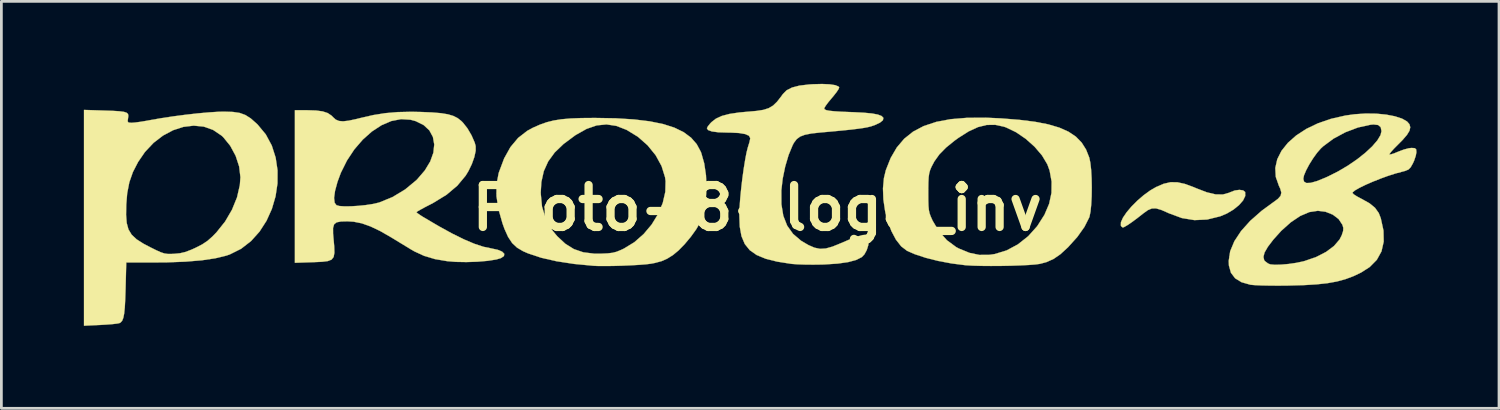
<source format=kicad_pcb>
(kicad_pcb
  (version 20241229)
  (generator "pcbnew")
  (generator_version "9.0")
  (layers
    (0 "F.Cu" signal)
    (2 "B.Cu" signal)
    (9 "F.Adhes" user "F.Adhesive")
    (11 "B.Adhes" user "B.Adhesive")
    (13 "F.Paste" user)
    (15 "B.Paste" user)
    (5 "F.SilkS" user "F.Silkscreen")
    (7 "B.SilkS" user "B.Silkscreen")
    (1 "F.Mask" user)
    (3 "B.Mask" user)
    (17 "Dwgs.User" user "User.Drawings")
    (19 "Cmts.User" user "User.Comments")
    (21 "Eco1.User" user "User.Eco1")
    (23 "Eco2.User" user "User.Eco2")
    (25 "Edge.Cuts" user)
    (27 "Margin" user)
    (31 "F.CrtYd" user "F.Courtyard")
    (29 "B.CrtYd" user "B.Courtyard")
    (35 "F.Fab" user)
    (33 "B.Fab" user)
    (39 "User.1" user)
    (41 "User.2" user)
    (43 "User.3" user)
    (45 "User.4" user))
  (footprint "Proto-8-logo_inv"
    (layer "F.Cu")
    (at 24.491 4.515)
    (property "Reference" "Proto-8-logo_inv" (at 0 0 0) (layer "F.SilkS") (effects (font (size 1.524 1.524) (thickness 0.3))))
    (attr through_hole)
    (fp_poly (pts (xy 15.28 -0.936) (xy 15.555 -0.876) (xy 15.881 -0.756) (xy 15.977 -0.715) (xy 16.355 -0.57) (xy 16.672 -0.495) (xy 16.939 -0.491) (xy 17.167 -0.555) (xy 17.206 -0.574) (xy 17.372 -0.637) (xy 17.538 -0.659) (xy 17.674 -0.641) (xy 17.748 -0.582) (xy 17.749 -0.58) (xy 17.752 -0.438) (xy 17.674 -0.276) (xy 17.527 -0.107) (xy 17.327 0.056) (xy 17.087 0.199) (xy 16.84 0.303) (xy 16.365 0.42) (xy 15.904 0.441) (xy 15.446 0.366) (xy 14.977 0.193) (xy 14.943 0.177) (xy 14.696 0.069) (xy 14.51 0.015) (xy 14.357 0.017) (xy 14.212 0.077) (xy 14.048 0.194) (xy 14.02 0.216) (xy 13.822 0.372) (xy 13.631 0.513) (xy 13.466 0.625) (xy 13.346 0.694) (xy 13.298 0.711) (xy 13.245 0.671) (xy 13.227 0.637) (xy 13.231 0.516) (xy 13.305 0.351) (xy 13.438 0.156) (xy 13.616 -0.054) (xy 13.827 -0.266) (xy 14.059 -0.466) (xy 14.297 -0.639) (xy 14.513 -0.764) (xy 14.783 -0.88) (xy 15.031 -0.937) (xy 15.28 -0.936)) (stroke (width 0.01) (type solid)) (fill yes) (layer "F.SilkS"))
    (fp_poly (pts (xy -5.893 -3.275) (xy -5.14 -3.262) (xy -4.48 -3.221) (xy -3.909 -3.152) (xy -3.421 -3.053) (xy -3.012 -2.922) (xy -2.675 -2.758) (xy -2.406 -2.558) (xy -2.2 -2.322) (xy -2.052 -2.047) (xy -2.034 -2.002) (xy -1.926 -1.619) (xy -1.862 -1.187) (xy -1.843 -0.735) (xy -1.869 -0.29) (xy -1.938 0.122) (xy -2.051 0.474) (xy -2.074 0.525) (xy -2.216 0.772) (xy -2.411 1.043) (xy -2.634 1.311) (xy -2.862 1.545) (xy -3.056 1.706) (xy -3.269 1.841) (xy -3.476 1.933) (xy -3.721 1.999) (xy -3.868 2.027) (xy -4.039 2.048) (xy -4.288 2.068) (xy -4.588 2.085) (xy -4.915 2.099) (xy -5.243 2.108) (xy -5.548 2.111) (xy -5.805 2.109) (xy -5.944 2.103) (xy -6.658 2.035) (xy -7.299 1.937) (xy -7.859 1.809) (xy -8.331 1.652) (xy -8.515 1.572) (xy -8.735 1.442) (xy -8.912 1.276) (xy -9.06 1.053) (xy -9.193 0.758) (xy -9.264 0.559) (xy -9.412 0.037) (xy -9.483 -0.432) (xy -9.483 -0.542) (xy -7.874 -0.542) (xy -7.827 -0.052) (xy -7.689 0.397) (xy -7.46 0.802) (xy -7.274 1.027) (xy -6.975 1.304) (xy -6.666 1.496) (xy -6.325 1.612) (xy -5.93 1.661) (xy -5.686 1.662) (xy -5.442 1.651) (xy -5.262 1.63) (xy -5.11 1.591) (xy -4.949 1.524) (xy -4.847 1.476) (xy -4.469 1.245) (xy -4.13 0.948) (xy -3.838 0.601) (xy -3.604 0.219) (xy -3.435 -0.182) (xy -3.342 -0.586) (xy -3.332 -0.978) (xy -3.351 -1.118) (xy -3.478 -1.526) (xy -3.693 -1.918) (xy -3.985 -2.278) (xy -4.339 -2.59) (xy -4.745 -2.839) (xy -4.751 -2.842) (xy -5.122 -2.986) (xy -5.481 -3.04) (xy -5.838 -3.004) (xy -6.206 -2.877) (xy -6.599 -2.656) (xy -6.627 -2.637) (xy -7.043 -2.328) (xy -7.366 -2.018) (xy -7.603 -1.692) (xy -7.762 -1.339) (xy -7.85 -0.945) (xy -7.874 -0.542) (xy -9.483 -0.542) (xy -9.481 -0.859) (xy -9.405 -1.26) (xy -9.392 -1.303) (xy -9.204 -1.803) (xy -8.974 -2.216) (xy -8.696 -2.548) (xy -8.366 -2.805) (xy -8.157 -2.919) (xy -7.903 -3.031) (xy -7.658 -3.118) (xy -7.402 -3.182) (xy -7.119 -3.227) (xy -6.789 -3.256) (xy -6.395 -3.271) (xy -5.919 -3.275) (xy -5.893 -3.275)) (stroke (width 0.01) (type solid)) (fill yes) (layer "F.SilkS"))
    (fp_poly (pts (xy -23.762 -3.544) (xy -23.435 -3.533) (xy -23.197 -3.518) (xy -23.034 -3.497) (xy -22.935 -3.465) (xy -22.885 -3.419) (xy -22.873 -3.354) (xy -22.883 -3.27) (xy -22.898 -3.155) (xy -22.867 -3.108) (xy -22.766 -3.099) (xy -22.748 -3.099) (xy -22.626 -3.109) (xy -22.436 -3.134) (xy -22.208 -3.172) (xy -22.073 -3.197) (xy -21.674 -3.267) (xy -21.237 -3.333) (xy -20.786 -3.392) (xy -20.344 -3.442) (xy -19.936 -3.478) (xy -19.587 -3.5) (xy -19.39 -3.504) (xy -19.07 -3.494) (xy -18.822 -3.457) (xy -18.616 -3.382) (xy -18.422 -3.259) (xy -18.212 -3.074) (xy -18.17 -3.034) (xy -17.874 -2.677) (xy -17.656 -2.272) (xy -17.515 -1.833) (xy -17.446 -1.37) (xy -17.448 -0.897) (xy -17.518 -0.425) (xy -17.652 0.033) (xy -17.847 0.465) (xy -18.101 0.859) (xy -18.41 1.203) (xy -18.772 1.484) (xy -19.185 1.69) (xy -19.308 1.732) (xy -19.707 1.829) (xy -20.202 1.903) (xy -20.79 1.952) (xy -21.469 1.978) (xy -21.866 1.981) (xy -22.949 1.981) (xy -22.973 2.934) (xy -22.986 3.322) (xy -23.002 3.62) (xy -23.025 3.841) (xy -23.056 3.997) (xy -23.097 4.1) (xy -23.152 4.163) (xy -23.199 4.188) (xy -23.285 4.205) (xy -23.448 4.224) (xy -23.665 4.241) (xy -23.889 4.254) (xy -24.486 4.282) (xy -24.486 0.25) (xy -22.955 0.25) (xy -22.932 0.547) (xy -22.868 0.781) (xy -22.752 0.972) (xy -22.575 1.138) (xy -22.326 1.297) (xy -22.081 1.426) (xy -21.853 1.539) (xy -21.689 1.612) (xy -21.56 1.654) (xy -21.441 1.671) (xy -21.303 1.671) (xy -21.209 1.667) (xy -20.993 1.646) (xy -20.797 1.6) (xy -20.58 1.517) (xy -20.43 1.449) (xy -20.188 1.325) (xy -19.995 1.197) (xy -19.812 1.035) (xy -19.668 0.887) (xy -19.355 0.495) (xy -19.103 0.064) (xy -18.92 -0.385) (xy -18.817 -0.833) (xy -18.796 -1.12) (xy -18.842 -1.507) (xy -18.97 -1.898) (xy -19.167 -2.263) (xy -19.419 -2.573) (xy -19.485 -2.634) (xy -19.792 -2.841) (xy -20.132 -2.96) (xy -20.496 -2.995) (xy -20.872 -2.95) (xy -21.248 -2.828) (xy -21.613 -2.633) (xy -21.958 -2.368) (xy -22.269 -2.037) (xy -22.518 -1.674) (xy -22.708 -1.305) (xy -22.837 -0.936) (xy -22.915 -0.534) (xy -22.948 -0.127) (xy -22.955 0.25) (xy -24.486 0.25) (xy -24.486 -3.567) (xy -23.762 -3.544)) (stroke (width 0.01) (type solid)) (fill yes) (layer "F.SilkS"))
    (fp_poly (pts (xy 8.877 -3.259) (xy 9.538 -3.206) (xy 10.107 -3.135) (xy 10.589 -3.041) (xy 10.992 -2.922) (xy 11.324 -2.774) (xy 11.591 -2.595) (xy 11.801 -2.38) (xy 11.961 -2.128) (xy 12.078 -1.834) (xy 12.079 -1.832) (xy 12.118 -1.644) (xy 12.147 -1.386) (xy 12.164 -1.081) (xy 12.17 -0.753) (xy 12.166 -0.426) (xy 12.15 -0.123) (xy 12.124 0.132) (xy 12.087 0.315) (xy 12.077 0.344) (xy 11.903 0.688) (xy 11.642 1.055) (xy 11.303 1.431) (xy 11.3 1.433) (xy 11.03 1.681) (xy 10.779 1.854) (xy 10.518 1.97) (xy 10.284 2.032) (xy 10.122 2.054) (xy 9.879 2.073) (xy 9.575 2.088) (xy 9.23 2.1) (xy 8.865 2.107) (xy 8.5 2.109) (xy 8.156 2.106) (xy 7.852 2.098) (xy 7.61 2.084) (xy 7.571 2.081) (xy 7.07 2.017) (xy 6.581 1.925) (xy 6.128 1.811) (xy 5.732 1.681) (xy 5.451 1.558) (xy 5.238 1.395) (xy 5.047 1.151) (xy 4.882 0.84) (xy 4.748 0.481) (xy 4.649 0.092) (xy 4.59 -0.311) (xy 4.581 -0.559) (xy 6.223 -0.559) (xy 6.224 -0.28) (xy 6.23 -0.077) (xy 6.244 0.072) (xy 6.27 0.193) (xy 6.313 0.311) (xy 6.375 0.449) (xy 6.385 0.469) (xy 6.614 0.852) (xy 6.903 1.175) (xy 7.238 1.422) (xy 7.335 1.474) (xy 7.721 1.632) (xy 8.083 1.707) (xy 8.451 1.704) (xy 8.642 1.675) (xy 9.074 1.543) (xy 9.485 1.322) (xy 9.859 1.025) (xy 10.185 0.662) (xy 10.449 0.247) (xy 10.619 -0.152) (xy 10.704 -0.547) (xy 10.709 -0.961) (xy 10.637 -1.36) (xy 10.553 -1.589) (xy 10.36 -1.912) (xy 10.089 -2.229) (xy 9.766 -2.517) (xy 9.412 -2.758) (xy 9.051 -2.931) (xy 8.971 -2.958) (xy 8.658 -3.025) (xy 8.349 -3.021) (xy 8.032 -2.943) (xy 7.691 -2.786) (xy 7.316 -2.548) (xy 7.186 -2.454) (xy 6.869 -2.197) (xy 6.628 -1.952) (xy 6.446 -1.698) (xy 6.336 -1.49) (xy 6.289 -1.376) (xy 6.257 -1.261) (xy 6.237 -1.121) (xy 6.227 -0.933) (xy 6.223 -0.675) (xy 6.223 -0.559) (xy 4.581 -0.559) (xy 4.575 -0.711) (xy 4.61 -1.089) (xy 4.679 -1.375) (xy 4.855 -1.818) (xy 5.076 -2.198) (xy 5.346 -2.517) (xy 5.671 -2.777) (xy 6.058 -2.981) (xy 6.51 -3.131) (xy 7.034 -3.23) (xy 7.636 -3.28) (xy 8.321 -3.284) (xy 8.877 -3.259)) (stroke (width 0.01) (type solid)) (fill yes) (layer "F.SilkS"))
    (fp_poly (pts (xy -16.37 -3.556) (xy -16.047 -3.546) (xy -15.804 -3.513) (xy -15.622 -3.453) (xy -15.483 -3.36) (xy -15.426 -3.302) (xy -15.329 -3.215) (xy -15.214 -3.166) (xy -15.064 -3.152) (xy -14.862 -3.175) (xy -14.589 -3.233) (xy -14.425 -3.274) (xy -13.968 -3.379) (xy -13.53 -3.449) (xy -13.078 -3.488) (xy -12.581 -3.499) (xy -12.223 -3.492) (xy -11.818 -3.475) (xy -11.498 -3.448) (xy -11.249 -3.407) (xy -11.054 -3.349) (xy -10.897 -3.27) (xy -10.763 -3.165) (xy -10.71 -3.113) (xy -10.542 -2.901) (xy -10.39 -2.642) (xy -10.276 -2.382) (xy -10.24 -2.254) (xy -10.239 -2.081) (xy -10.288 -1.853) (xy -10.379 -1.598) (xy -10.503 -1.342) (xy -10.603 -1.177) (xy -10.906 -0.813) (xy -11.297 -0.483) (xy -11.781 -0.186) (xy -11.874 -0.137) (xy -12.08 -0.031) (xy -12.247 0.06) (xy -12.358 0.125) (xy -12.395 0.153) (xy -12.355 0.191) (xy -12.253 0.262) (xy -12.154 0.325) (xy -11.588 0.658) (xy -11.094 0.93) (xy -10.662 1.143) (xy -10.287 1.302) (xy -9.959 1.41) (xy -9.678 1.469) (xy -9.436 1.521) (xy -9.275 1.589) (xy -9.199 1.667) (xy -9.211 1.747) (xy -9.316 1.82) (xy -9.489 1.873) (xy -9.802 1.922) (xy -10.177 1.954) (xy -10.577 1.967) (xy -10.964 1.96) (xy -11.271 1.935) (xy -11.725 1.858) (xy -12.113 1.742) (xy -12.469 1.578) (xy -12.594 1.506) (xy -12.771 1.398) (xy -12.995 1.262) (xy -13.226 1.121) (xy -13.298 1.077) (xy -13.708 0.841) (xy -14.064 0.671) (xy -14.381 0.558) (xy -14.677 0.499) (xy -14.901 0.485) (xy -15.14 0.491) (xy -15.298 0.522) (xy -15.389 0.595) (xy -15.427 0.726) (xy -15.426 0.932) (xy -15.412 1.092) (xy -15.384 1.404) (xy -15.378 1.629) (xy -15.406 1.782) (xy -15.482 1.878) (xy -15.617 1.931) (xy -15.826 1.957) (xy -16.12 1.97) (xy -16.179 1.972) (xy -16.815 1.993) (xy -16.815 -0.366) (xy -15.39 -0.366) (xy -15.369 -0.19) (xy -15.303 -0.102) (xy -15.196 -0.072) (xy -15.011 -0.059) (xy -14.774 -0.062) (xy -14.508 -0.078) (xy -14.236 -0.106) (xy -13.982 -0.145) (xy -13.77 -0.194) (xy -13.741 -0.202) (xy -13.265 -0.397) (xy -12.807 -0.673) (xy -12.399 -1.01) (xy -12.37 -1.039) (xy -12.089 -1.366) (xy -11.892 -1.692) (xy -11.778 -2.01) (xy -11.746 -2.31) (xy -11.795 -2.584) (xy -11.924 -2.823) (xy -12.133 -3.017) (xy -12.42 -3.159) (xy -12.609 -3.21) (xy -12.953 -3.232) (xy -13.308 -3.163) (xy -13.665 -3.01) (xy -14.014 -2.782) (xy -14.346 -2.487) (xy -14.652 -2.133) (xy -14.92 -1.728) (xy -15.143 -1.281) (xy -15.266 -0.95) (xy -15.355 -0.621) (xy -15.39 -0.366) (xy -16.815 -0.366) (xy -16.815 -3.556) (xy -16.37 -3.556)) (stroke (width 0.01) (type solid)) (fill yes) (layer "F.SilkS"))
    (fp_poly (pts (xy 2.638 -4.498) (xy 2.841 -4.467) (xy 2.959 -4.418) (xy 2.983 -4.386) (xy 2.96 -4.324) (xy 2.883 -4.209) (xy 2.767 -4.062) (xy 2.72 -4.007) (xy 2.591 -3.852) (xy 2.493 -3.721) (xy 2.442 -3.636) (xy 2.438 -3.622) (xy 2.456 -3.587) (xy 2.515 -3.558) (xy 2.628 -3.536) (xy 2.806 -3.518) (xy 3.06 -3.502) (xy 3.403 -3.488) (xy 3.48 -3.486) (xy 3.874 -3.466) (xy 4.174 -3.438) (xy 4.388 -3.398) (xy 4.524 -3.346) (xy 4.589 -3.28) (xy 4.591 -3.276) (xy 4.572 -3.191) (xy 4.463 -3.102) (xy 4.273 -3.014) (xy 4.141 -2.969) (xy 4.024 -2.94) (xy 3.87 -2.911) (xy 3.666 -2.882) (xy 3.403 -2.85) (xy 3.068 -2.816) (xy 2.651 -2.777) (xy 2.292 -2.745) (xy 1.972 -2.71) (xy 1.735 -2.663) (xy 1.562 -2.598) (xy 1.436 -2.504) (xy 1.338 -2.374) (xy 1.29 -2.285) (xy 1.143 -1.928) (xy 1.019 -1.509) (xy 0.928 -1.068) (xy 0.879 -0.642) (xy 0.879 -0.63) (xy 0.881 -0.136) (xy 0.95 0.285) (xy 1.09 0.642) (xy 1.304 0.942) (xy 1.597 1.192) (xy 1.862 1.348) (xy 2.084 1.444) (xy 2.287 1.486) (xy 2.496 1.473) (xy 2.739 1.405) (xy 2.999 1.299) (xy 3.356 1.147) (xy 3.631 1.043) (xy 3.828 0.986) (xy 3.953 0.975) (xy 3.982 0.981) (xy 4.045 1.054) (xy 4.062 1.188) (xy 4.04 1.356) (xy 3.985 1.531) (xy 3.901 1.686) (xy 3.806 1.786) (xy 3.604 1.889) (xy 3.311 1.968) (xy 2.925 2.023) (xy 2.443 2.054) (xy 2.337 2.057) (xy 2.035 2.061) (xy 1.734 2.058) (xy 1.465 2.049) (xy 1.261 2.034) (xy 1.234 2.031) (xy 0.726 1.951) (xy 0.311 1.847) (xy -0.019 1.711) (xy -0.271 1.534) (xy -0.452 1.309) (xy -0.571 1.026) (xy -0.634 0.678) (xy -0.65 0.257) (xy -0.64 -0.025) (xy -0.617 -0.352) (xy -0.582 -0.709) (xy -0.539 -1.075) (xy -0.49 -1.429) (xy -0.438 -1.749) (xy -0.388 -2.015) (xy -0.34 -2.205) (xy -0.33 -2.236) (xy -0.283 -2.389) (xy -0.256 -2.513) (xy -0.254 -2.541) (xy -0.298 -2.627) (xy -0.432 -2.688) (xy -0.66 -2.727) (xy -0.983 -2.743) (xy -1.071 -2.743) (xy -1.408 -2.753) (xy -1.647 -2.784) (xy -1.787 -2.835) (xy -1.829 -2.899) (xy -1.795 -2.967) (xy -1.711 -3.072) (xy -1.661 -3.124) (xy -1.499 -3.25) (xy -1.286 -3.348) (xy -1.008 -3.421) (xy -0.653 -3.474) (xy -0.356 -3.501) (xy -0.025 -3.53) (xy 0.226 -3.569) (xy 0.419 -3.631) (xy 0.576 -3.724) (xy 0.719 -3.861) (xy 0.87 -4.053) (xy 0.934 -4.143) (xy 1.07 -4.28) (xy 1.267 -4.381) (xy 1.537 -4.451) (xy 1.891 -4.493) (xy 2.016 -4.501) (xy 2.36 -4.51) (xy 2.638 -4.498)) (stroke (width 0.01) (type solid)) (fill yes) (layer "F.SilkS"))
    (fp_poly (pts (xy 22.518 -3.431) (xy 22.878 -3.396) (xy 23.195 -3.335) (xy 23.454 -3.251) (xy 23.639 -3.145) (xy 23.724 -3.048) (xy 23.754 -2.937) (xy 23.727 -2.811) (xy 23.635 -2.66) (xy 23.471 -2.47) (xy 23.308 -2.306) (xy 23.161 -2.158) (xy 23.054 -2.039) (xy 22.999 -1.963) (xy 22.998 -1.944) (xy 23.066 -1.955) (xy 23.196 -1.999) (xy 23.335 -2.056) (xy 23.522 -2.126) (xy 23.702 -2.173) (xy 23.801 -2.184) (xy 23.92 -2.176) (xy 23.969 -2.132) (xy 23.978 -2.03) (xy 23.954 -1.896) (xy 23.895 -1.723) (xy 23.853 -1.629) (xy 23.77 -1.482) (xy 23.689 -1.399) (xy 23.57 -1.349) (xy 23.459 -1.32) (xy 23.217 -1.255) (xy 22.948 -1.169) (xy 22.668 -1.067) (xy 22.394 -0.958) (xy 22.141 -0.848) (xy 21.925 -0.743) (xy 21.762 -0.652) (xy 21.668 -0.58) (xy 21.653 -0.544) (xy 21.705 -0.492) (xy 21.825 -0.416) (xy 21.985 -0.331) (xy 21.987 -0.33) (xy 22.271 -0.172) (xy 22.472 -0.007) (xy 22.608 0.183) (xy 22.682 0.372) (xy 22.78 0.822) (xy 22.788 1.224) (xy 22.708 1.577) (xy 22.538 1.885) (xy 22.278 2.148) (xy 21.965 2.348) (xy 21.683 2.482) (xy 21.396 2.589) (xy 21.088 2.673) (xy 20.744 2.735) (xy 20.347 2.778) (xy 19.882 2.806) (xy 19.332 2.821) (xy 19.304 2.822) (xy 18.961 2.825) (xy 18.636 2.823) (xy 18.346 2.817) (xy 18.114 2.807) (xy 17.959 2.794) (xy 17.935 2.79) (xy 17.617 2.7) (xy 17.384 2.557) (xy 17.232 2.357) (xy 17.158 2.095) (xy 17.15 1.928) (xy 17.173 1.776) (xy 18.413 1.776) (xy 18.441 1.898) (xy 18.466 1.931) (xy 18.578 2.016) (xy 18.662 2.051) (xy 18.827 2.066) (xy 19.06 2.06) (xy 19.33 2.036) (xy 19.606 1.996) (xy 19.858 1.943) (xy 19.913 1.928) (xy 20.334 1.782) (xy 20.693 1.597) (xy 20.979 1.383) (xy 21.182 1.147) (xy 21.262 0.991) (xy 21.313 0.834) (xy 21.319 0.721) (xy 21.285 0.609) (xy 21.148 0.403) (xy 20.936 0.242) (xy 20.672 0.137) (xy 20.393 0.102) (xy 20.083 0.149) (xy 19.752 0.29) (xy 19.41 0.519) (xy 19.062 0.83) (xy 18.772 1.152) (xy 18.575 1.411) (xy 18.456 1.616) (xy 18.413 1.776) (xy 17.173 1.776) (xy 17.204 1.574) (xy 17.356 1.209) (xy 17.6 0.839) (xy 17.934 0.467) (xy 18.353 0.098) (xy 18.757 -0.197) (xy 18.939 -0.331) (xy 19.039 -0.443) (xy 19.065 -0.559) (xy 19.026 -0.701) (xy 18.975 -0.81) (xy 18.887 -1.062) (xy 19.863 -1.062) (xy 19.891 -0.957) (xy 19.978 -0.908) (xy 20.131 -0.914) (xy 20.354 -0.977) (xy 20.653 -1.097) (xy 20.756 -1.143) (xy 21.13 -1.331) (xy 21.49 -1.544) (xy 21.824 -1.773) (xy 22.12 -2.008) (xy 22.368 -2.239) (xy 22.556 -2.457) (xy 22.673 -2.651) (xy 22.708 -2.795) (xy 22.679 -2.939) (xy 22.586 -3.018) (xy 22.419 -3.038) (xy 22.307 -3.028) (xy 21.852 -2.928) (xy 21.393 -2.754) (xy 20.963 -2.523) (xy 20.591 -2.247) (xy 20.503 -2.166) (xy 20.363 -2.006) (xy 20.217 -1.803) (xy 20.079 -1.582) (xy 19.965 -1.367) (xy 19.888 -1.183) (xy 19.863 -1.062) (xy 18.887 -1.062) (xy 18.862 -1.133) (xy 18.845 -1.456) (xy 18.917 -1.774) (xy 19.071 -2.08) (xy 19.303 -2.37) (xy 19.605 -2.637) (xy 19.972 -2.876) (xy 20.397 -3.08) (xy 20.874 -3.244) (xy 21.397 -3.363) (xy 21.729 -3.409) (xy 22.13 -3.436) (xy 22.518 -3.431)) (stroke (width 0.01) (type solid)) (fill yes) (layer "F.SilkS")))
  (gr_rect
    (start -3 -3)
    (end 51.473 11.802)
    (stroke (width 0.1) (type default))
    (fill no)
    (layer "Edge.Cuts")))
</source>
